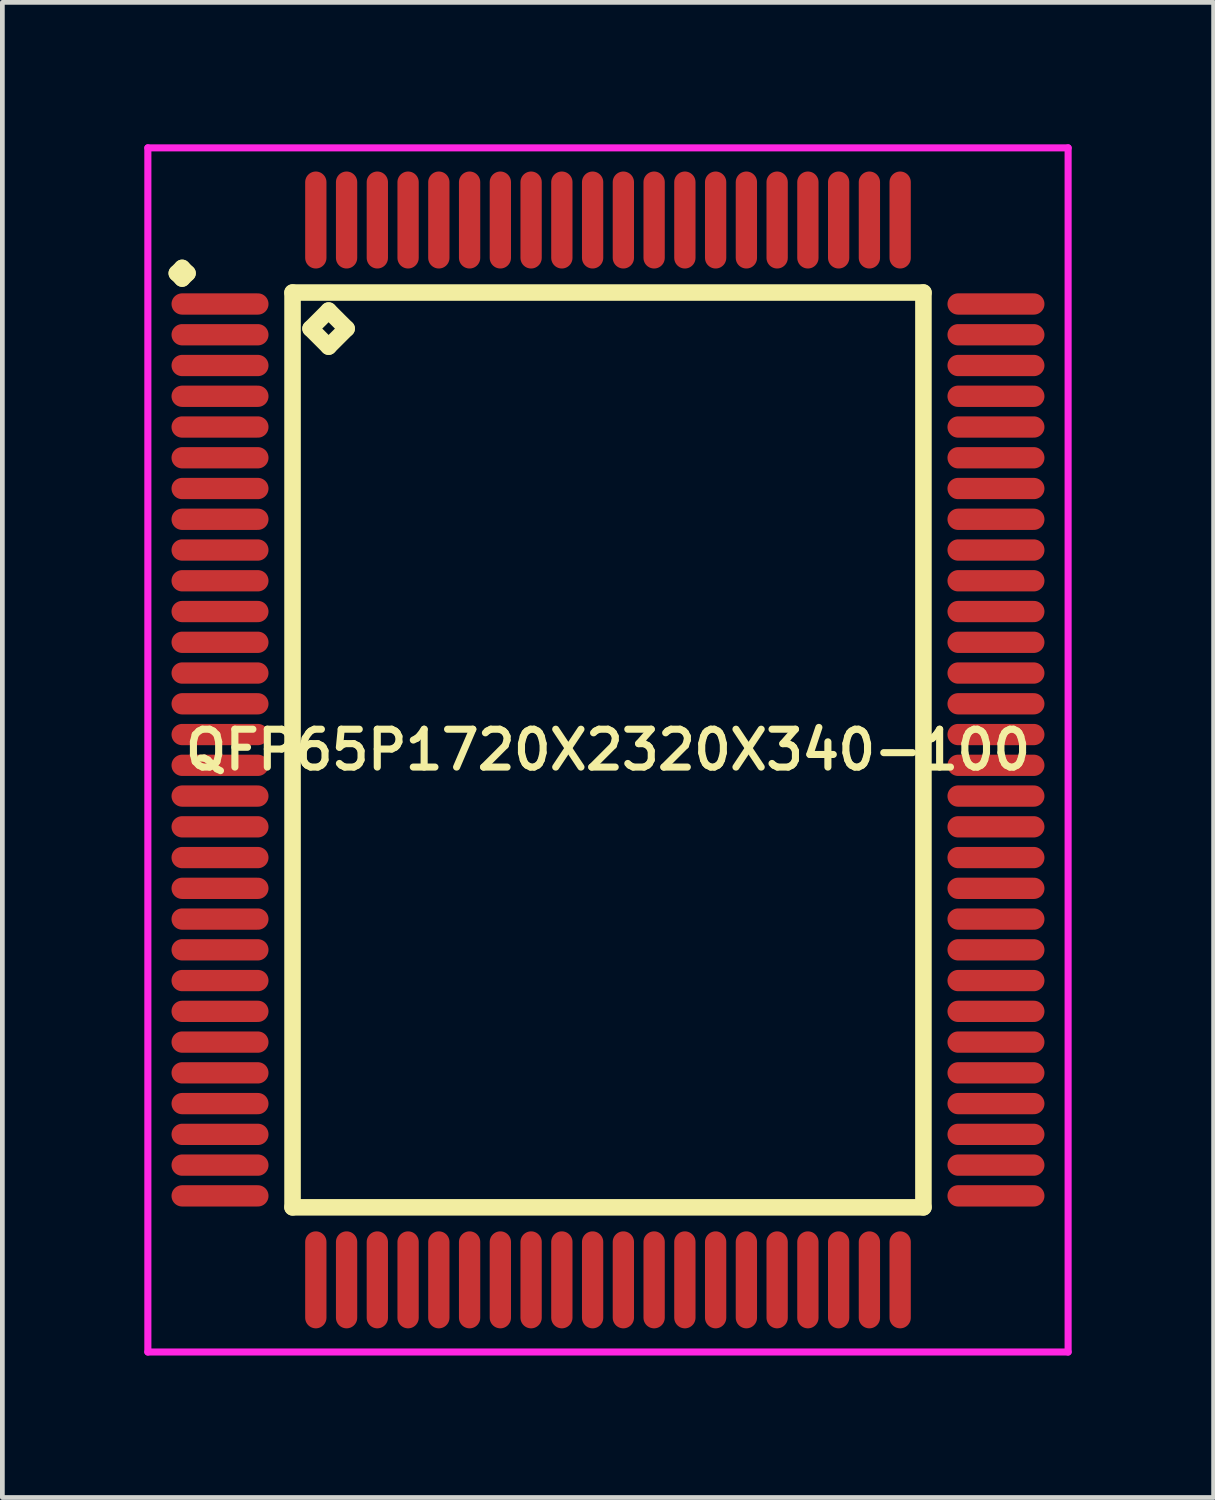
<source format=kicad_pcb>
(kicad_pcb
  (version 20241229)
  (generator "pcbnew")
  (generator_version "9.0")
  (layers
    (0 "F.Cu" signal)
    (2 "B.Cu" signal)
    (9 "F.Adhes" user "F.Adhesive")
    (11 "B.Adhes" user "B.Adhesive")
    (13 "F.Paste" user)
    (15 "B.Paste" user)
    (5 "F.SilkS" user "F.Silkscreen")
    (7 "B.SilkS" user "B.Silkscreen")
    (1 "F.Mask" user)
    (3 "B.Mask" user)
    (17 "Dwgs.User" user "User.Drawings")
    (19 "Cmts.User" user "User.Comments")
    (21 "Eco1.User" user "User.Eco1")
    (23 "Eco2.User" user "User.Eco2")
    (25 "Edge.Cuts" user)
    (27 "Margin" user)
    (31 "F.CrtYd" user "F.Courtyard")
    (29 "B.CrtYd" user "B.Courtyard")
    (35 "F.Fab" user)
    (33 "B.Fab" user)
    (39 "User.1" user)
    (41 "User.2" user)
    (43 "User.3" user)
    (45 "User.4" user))
  (footprint "QFP65P1720X2320X340-100"
    (layer "F.Cu")
    (at 9.8 12.8)
    (property "Reference" "QFP65P1720X2320X340-100" (at 0 0 0) (layer "F.SilkS") (effects (font (size 0.8 0.8) (thickness 0.15))))
    (attr smd)
    (fp_line (start -9.113 -10.075) (end -9 -10.188) (stroke (width 0.35) (type solid)) (layer "F.SilkS"))
    (fp_line (start -9 -10.188) (end -8.887 -10.075) (stroke (width 0.35) (type solid)) (layer "F.SilkS"))
    (fp_line (start -9 -9.963) (end -9.113 -10.075) (stroke (width 0.35) (type solid)) (layer "F.SilkS"))
    (fp_line (start -8.887 -10.075) (end -9 -9.963) (stroke (width 0.35) (type solid)) (layer "F.SilkS"))
    (fp_line (start -6.667 -9.667) (end -6.667 9.667) (stroke (width 0.35) (type solid)) (layer "F.SilkS"))
    (fp_line (start -6.667 9.667) (end 6.667 9.667) (stroke (width 0.35) (type solid)) (layer "F.SilkS"))
    (fp_line (start -6.286 -8.905) (end -5.905 -9.286) (stroke (width 0.35) (type solid)) (layer "F.SilkS"))
    (fp_line (start -5.905 -9.286) (end -5.524 -8.905) (stroke (width 0.35) (type solid)) (layer "F.SilkS"))
    (fp_line (start -5.905 -8.524) (end -6.286 -8.905) (stroke (width 0.35) (type solid)) (layer "F.SilkS"))
    (fp_line (start -5.524 -8.905) (end -5.905 -8.524) (stroke (width 0.35) (type solid)) (layer "F.SilkS"))
    (fp_line (start 6.667 -9.667) (end -6.667 -9.667) (stroke (width 0.35) (type solid)) (layer "F.SilkS"))
    (fp_line (start 6.667 9.667) (end 6.667 -9.667) (stroke (width 0.35) (type solid)) (layer "F.SilkS"))
    (fp_line (start -9.725 -12.725) (end 9.725 -12.725) (stroke (width 0.15) (type solid)) (layer "F.CrtYd"))
    (fp_line (start -9.725 12.725) (end -9.725 -12.725) (stroke (width 0.15) (type solid)) (layer "F.CrtYd"))
    (fp_line (start 9.725 -12.725) (end 9.725 12.725) (stroke (width 0.15) (type solid)) (layer "F.CrtYd"))
    (fp_line (start 9.725 12.725) (end -9.725 12.725) (stroke (width 0.15) (type solid)) (layer "F.CrtYd"))
    (pad "1" smd oval (at -8.2 -9.425) (size 2.05 0.45) (layers "F.Cu" "F.Mask" "F.Paste"))
    (pad "2" smd oval (at -8.2 -8.775) (size 2.05 0.45) (layers "F.Cu" "F.Mask" "F.Paste"))
    (pad "3" smd oval (at -8.2 -8.125) (size 2.05 0.45) (layers "F.Cu" "F.Mask" "F.Paste"))
    (pad "4" smd oval (at -8.2 -7.475) (size 2.05 0.45) (layers "F.Cu" "F.Mask" "F.Paste"))
    (pad "5" smd oval (at -8.2 -6.825) (size 2.05 0.45) (layers "F.Cu" "F.Mask" "F.Paste"))
    (pad "6" smd oval (at -8.2 -6.175) (size 2.05 0.45) (layers "F.Cu" "F.Mask" "F.Paste"))
    (pad "7" smd oval (at -8.2 -5.525) (size 2.05 0.45) (layers "F.Cu" "F.Mask" "F.Paste"))
    (pad "8" smd oval (at -8.2 -4.875) (size 2.05 0.45) (layers "F.Cu" "F.Mask" "F.Paste"))
    (pad "9" smd oval (at -8.2 -4.225) (size 2.05 0.45) (layers "F.Cu" "F.Mask" "F.Paste"))
    (pad "10" smd oval (at -8.2 -3.575) (size 2.05 0.45) (layers "F.Cu" "F.Mask" "F.Paste"))
    (pad "11" smd oval (at -8.2 -2.925) (size 2.05 0.45) (layers "F.Cu" "F.Mask" "F.Paste"))
    (pad "12" smd oval (at -8.2 -2.275) (size 2.05 0.45) (layers "F.Cu" "F.Mask" "F.Paste"))
    (pad "13" smd oval (at -8.2 -1.625) (size 2.05 0.45) (layers "F.Cu" "F.Mask" "F.Paste"))
    (pad "14" smd oval (at -8.2 -0.975) (size 2.05 0.45) (layers "F.Cu" "F.Mask" "F.Paste"))
    (pad "15" smd oval (at -8.2 -0.325) (size 2.05 0.45) (layers "F.Cu" "F.Mask" "F.Paste"))
    (pad "16" smd oval (at -8.2 0.325) (size 2.05 0.45) (layers "F.Cu" "F.Mask" "F.Paste"))
    (pad "17" smd oval (at -8.2 0.975) (size 2.05 0.45) (layers "F.Cu" "F.Mask" "F.Paste"))
    (pad "18" smd oval (at -8.2 1.625) (size 2.05 0.45) (layers "F.Cu" "F.Mask" "F.Paste"))
    (pad "19" smd oval (at -8.2 2.275) (size 2.05 0.45) (layers "F.Cu" "F.Mask" "F.Paste"))
    (pad "20" smd oval (at -8.2 2.925) (size 2.05 0.45) (layers "F.Cu" "F.Mask" "F.Paste"))
    (pad "21" smd oval (at -8.2 3.575) (size 2.05 0.45) (layers "F.Cu" "F.Mask" "F.Paste"))
    (pad "22" smd oval (at -8.2 4.225) (size 2.05 0.45) (layers "F.Cu" "F.Mask" "F.Paste"))
    (pad "23" smd oval (at -8.2 4.875) (size 2.05 0.45) (layers "F.Cu" "F.Mask" "F.Paste"))
    (pad "24" smd oval (at -8.2 5.525) (size 2.05 0.45) (layers "F.Cu" "F.Mask" "F.Paste"))
    (pad "25" smd oval (at -8.2 6.175) (size 2.05 0.45) (layers "F.Cu" "F.Mask" "F.Paste"))
    (pad "26" smd oval (at -8.2 6.825) (size 2.05 0.45) (layers "F.Cu" "F.Mask" "F.Paste"))
    (pad "27" smd oval (at -8.2 7.475) (size 2.05 0.45) (layers "F.Cu" "F.Mask" "F.Paste"))
    (pad "28" smd oval (at -8.2 8.125) (size 2.05 0.45) (layers "F.Cu" "F.Mask" "F.Paste"))
    (pad "29" smd oval (at -8.2 8.775) (size 2.05 0.45) (layers "F.Cu" "F.Mask" "F.Paste"))
    (pad "30" smd oval (at -8.2 9.425) (size 2.05 0.45) (layers "F.Cu" "F.Mask" "F.Paste"))
    (pad "31" smd oval (at -6.175 11.2) (size 0.45 2.05) (layers "F.Cu" "F.Mask" "F.Paste"))
    (pad "32" smd oval (at -5.525 11.2) (size 0.45 2.05) (layers "F.Cu" "F.Mask" "F.Paste"))
    (pad "33" smd oval (at -4.875 11.2) (size 0.45 2.05) (layers "F.Cu" "F.Mask" "F.Paste"))
    (pad "34" smd oval (at -4.225 11.2) (size 0.45 2.05) (layers "F.Cu" "F.Mask" "F.Paste"))
    (pad "35" smd oval (at -3.575 11.2) (size 0.45 2.05) (layers "F.Cu" "F.Mask" "F.Paste"))
    (pad "36" smd oval (at -2.925 11.2) (size 0.45 2.05) (layers "F.Cu" "F.Mask" "F.Paste"))
    (pad "37" smd oval (at -2.275 11.2) (size 0.45 2.05) (layers "F.Cu" "F.Mask" "F.Paste"))
    (pad "38" smd oval (at -1.625 11.2) (size 0.45 2.05) (layers "F.Cu" "F.Mask" "F.Paste"))
    (pad "39" smd oval (at -0.975 11.2) (size 0.45 2.05) (layers "F.Cu" "F.Mask" "F.Paste"))
    (pad "40" smd oval (at -0.325 11.2) (size 0.45 2.05) (layers "F.Cu" "F.Mask" "F.Paste"))
    (pad "41" smd oval (at 0.325 11.2) (size 0.45 2.05) (layers "F.Cu" "F.Mask" "F.Paste"))
    (pad "42" smd oval (at 0.975 11.2) (size 0.45 2.05) (layers "F.Cu" "F.Mask" "F.Paste"))
    (pad "43" smd oval (at 1.625 11.2) (size 0.45 2.05) (layers "F.Cu" "F.Mask" "F.Paste"))
    (pad "44" smd oval (at 2.275 11.2) (size 0.45 2.05) (layers "F.Cu" "F.Mask" "F.Paste"))
    (pad "45" smd oval (at 2.925 11.2) (size 0.45 2.05) (layers "F.Cu" "F.Mask" "F.Paste"))
    (pad "46" smd oval (at 3.575 11.2) (size 0.45 2.05) (layers "F.Cu" "F.Mask" "F.Paste"))
    (pad "47" smd oval (at 4.225 11.2) (size 0.45 2.05) (layers "F.Cu" "F.Mask" "F.Paste"))
    (pad "48" smd oval (at 4.875 11.2) (size 0.45 2.05) (layers "F.Cu" "F.Mask" "F.Paste"))
    (pad "49" smd oval (at 5.525 11.2) (size 0.45 2.05) (layers "F.Cu" "F.Mask" "F.Paste"))
    (pad "50" smd oval (at 6.175 11.2) (size 0.45 2.05) (layers "F.Cu" "F.Mask" "F.Paste"))
    (pad "51" smd oval (at 8.2 9.425) (size 2.05 0.45) (layers "F.Cu" "F.Mask" "F.Paste"))
    (pad "52" smd oval (at 8.2 8.775) (size 2.05 0.45) (layers "F.Cu" "F.Mask" "F.Paste"))
    (pad "53" smd oval (at 8.2 8.125) (size 2.05 0.45) (layers "F.Cu" "F.Mask" "F.Paste"))
    (pad "54" smd oval (at 8.2 7.475) (size 2.05 0.45) (layers "F.Cu" "F.Mask" "F.Paste"))
    (pad "55" smd oval (at 8.2 6.825) (size 2.05 0.45) (layers "F.Cu" "F.Mask" "F.Paste"))
    (pad "56" smd oval (at 8.2 6.175) (size 2.05 0.45) (layers "F.Cu" "F.Mask" "F.Paste"))
    (pad "57" smd oval (at 8.2 5.525) (size 2.05 0.45) (layers "F.Cu" "F.Mask" "F.Paste"))
    (pad "58" smd oval (at 8.2 4.875) (size 2.05 0.45) (layers "F.Cu" "F.Mask" "F.Paste"))
    (pad "59" smd oval (at 8.2 4.225) (size 2.05 0.45) (layers "F.Cu" "F.Mask" "F.Paste"))
    (pad "60" smd oval (at 8.2 3.575) (size 2.05 0.45) (layers "F.Cu" "F.Mask" "F.Paste"))
    (pad "61" smd oval (at 8.2 2.925) (size 2.05 0.45) (layers "F.Cu" "F.Mask" "F.Paste"))
    (pad "62" smd oval (at 8.2 2.275) (size 2.05 0.45) (layers "F.Cu" "F.Mask" "F.Paste"))
    (pad "63" smd oval (at 8.2 1.625) (size 2.05 0.45) (layers "F.Cu" "F.Mask" "F.Paste"))
    (pad "64" smd oval (at 8.2 0.975) (size 2.05 0.45) (layers "F.Cu" "F.Mask" "F.Paste"))
    (pad "65" smd oval (at 8.2 0.325) (size 2.05 0.45) (layers "F.Cu" "F.Mask" "F.Paste"))
    (pad "66" smd oval (at 8.2 -0.325) (size 2.05 0.45) (layers "F.Cu" "F.Mask" "F.Paste"))
    (pad "67" smd oval (at 8.2 -0.975) (size 2.05 0.45) (layers "F.Cu" "F.Mask" "F.Paste"))
    (pad "68" smd oval (at 8.2 -1.625) (size 2.05 0.45) (layers "F.Cu" "F.Mask" "F.Paste"))
    (pad "69" smd oval (at 8.2 -2.275) (size 2.05 0.45) (layers "F.Cu" "F.Mask" "F.Paste"))
    (pad "70" smd oval (at 8.2 -2.925) (size 2.05 0.45) (layers "F.Cu" "F.Mask" "F.Paste"))
    (pad "71" smd oval (at 8.2 -3.575) (size 2.05 0.45) (layers "F.Cu" "F.Mask" "F.Paste"))
    (pad "72" smd oval (at 8.2 -4.225) (size 2.05 0.45) (layers "F.Cu" "F.Mask" "F.Paste"))
    (pad "73" smd oval (at 8.2 -4.875) (size 2.05 0.45) (layers "F.Cu" "F.Mask" "F.Paste"))
    (pad "74" smd oval (at 8.2 -5.525) (size 2.05 0.45) (layers "F.Cu" "F.Mask" "F.Paste"))
    (pad "75" smd oval (at 8.2 -6.175) (size 2.05 0.45) (layers "F.Cu" "F.Mask" "F.Paste"))
    (pad "76" smd oval (at 8.2 -6.825) (size 2.05 0.45) (layers "F.Cu" "F.Mask" "F.Paste"))
    (pad "77" smd oval (at 8.2 -7.475) (size 2.05 0.45) (layers "F.Cu" "F.Mask" "F.Paste"))
    (pad "78" smd oval (at 8.2 -8.125) (size 2.05 0.45) (layers "F.Cu" "F.Mask" "F.Paste"))
    (pad "79" smd oval (at 8.2 -8.775) (size 2.05 0.45) (layers "F.Cu" "F.Mask" "F.Paste"))
    (pad "80" smd oval (at 8.2 -9.425) (size 2.05 0.45) (layers "F.Cu" "F.Mask" "F.Paste"))
    (pad "81" smd oval (at 6.175 -11.2) (size 0.45 2.05) (layers "F.Cu" "F.Mask" "F.Paste"))
    (pad "82" smd oval (at 5.525 -11.2) (size 0.45 2.05) (layers "F.Cu" "F.Mask" "F.Paste"))
    (pad "83" smd oval (at 4.875 -11.2) (size 0.45 2.05) (layers "F.Cu" "F.Mask" "F.Paste"))
    (pad "84" smd oval (at 4.225 -11.2) (size 0.45 2.05) (layers "F.Cu" "F.Mask" "F.Paste"))
    (pad "85" smd oval (at 3.575 -11.2) (size 0.45 2.05) (layers "F.Cu" "F.Mask" "F.Paste"))
    (pad "86" smd oval (at 2.925 -11.2) (size 0.45 2.05) (layers "F.Cu" "F.Mask" "F.Paste"))
    (pad "87" smd oval (at 2.275 -11.2) (size 0.45 2.05) (layers "F.Cu" "F.Mask" "F.Paste"))
    (pad "88" smd oval (at 1.625 -11.2) (size 0.45 2.05) (layers "F.Cu" "F.Mask" "F.Paste"))
    (pad "89" smd oval (at 0.975 -11.2) (size 0.45 2.05) (layers "F.Cu" "F.Mask" "F.Paste"))
    (pad "90" smd oval (at 0.325 -11.2) (size 0.45 2.05) (layers "F.Cu" "F.Mask" "F.Paste"))
    (pad "91" smd oval (at -0.325 -11.2) (size 0.45 2.05) (layers "F.Cu" "F.Mask" "F.Paste"))
    (pad "92" smd oval (at -0.975 -11.2) (size 0.45 2.05) (layers "F.Cu" "F.Mask" "F.Paste"))
    (pad "93" smd oval (at -1.625 -11.2) (size 0.45 2.05) (layers "F.Cu" "F.Mask" "F.Paste"))
    (pad "94" smd oval (at -2.275 -11.2) (size 0.45 2.05) (layers "F.Cu" "F.Mask" "F.Paste"))
    (pad "95" smd oval (at -2.925 -11.2) (size 0.45 2.05) (layers "F.Cu" "F.Mask" "F.Paste"))
    (pad "96" smd oval (at -3.575 -11.2) (size 0.45 2.05) (layers "F.Cu" "F.Mask" "F.Paste"))
    (pad "97" smd oval (at -4.225 -11.2) (size 0.45 2.05) (layers "F.Cu" "F.Mask" "F.Paste"))
    (pad "98" smd oval (at -4.875 -11.2) (size 0.45 2.05) (layers "F.Cu" "F.Mask" "F.Paste"))
    (pad "99" smd oval (at -5.525 -11.2) (size 0.45 2.05) (layers "F.Cu" "F.Mask" "F.Paste"))
    (pad "100" smd oval (at -6.175 -11.2) (size 0.45 2.05) (layers "F.Cu" "F.Mask" "F.Paste")))
  (gr_rect
    (start -3 -3)
    (end 22.6 28.6)
    (stroke (width 0.1) (type default))
    (fill no)
    (layer "Edge.Cuts")))
</source>
